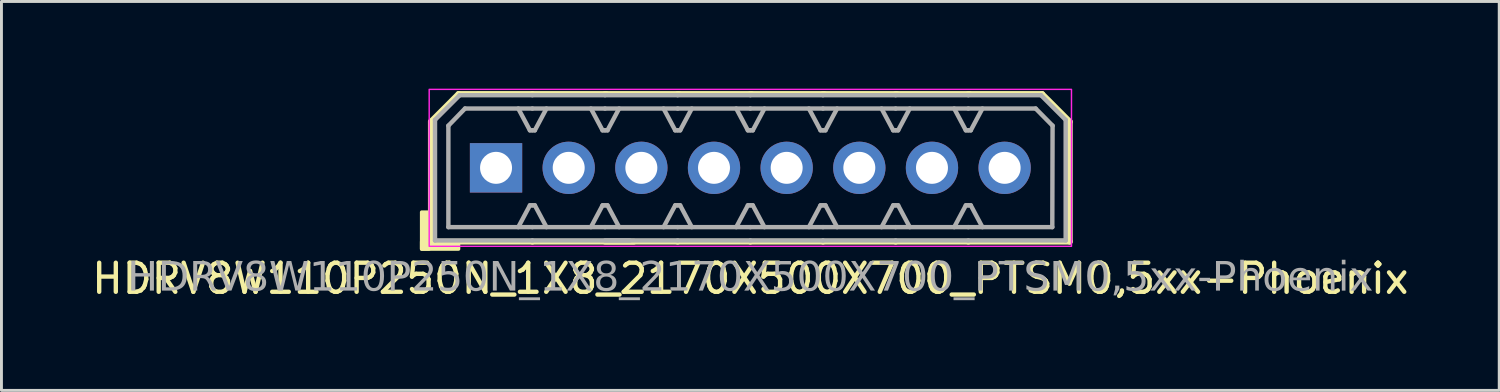
<source format=kicad_pcb>
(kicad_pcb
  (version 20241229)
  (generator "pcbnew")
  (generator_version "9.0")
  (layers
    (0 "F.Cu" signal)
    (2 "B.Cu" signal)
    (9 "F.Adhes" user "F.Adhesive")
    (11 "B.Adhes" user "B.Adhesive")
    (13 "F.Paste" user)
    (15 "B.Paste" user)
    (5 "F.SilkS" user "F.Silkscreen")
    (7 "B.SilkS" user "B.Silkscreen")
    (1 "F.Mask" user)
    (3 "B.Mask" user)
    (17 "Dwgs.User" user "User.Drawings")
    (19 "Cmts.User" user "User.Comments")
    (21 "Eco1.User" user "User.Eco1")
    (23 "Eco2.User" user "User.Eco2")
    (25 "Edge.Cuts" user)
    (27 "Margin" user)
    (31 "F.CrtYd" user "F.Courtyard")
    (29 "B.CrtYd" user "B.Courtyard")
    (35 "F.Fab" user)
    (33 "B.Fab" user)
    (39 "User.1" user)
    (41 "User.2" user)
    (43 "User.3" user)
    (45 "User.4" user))
  (footprint "HDRV8W110P250N_1X8_2170X500X700_PTSM0,5xx-Phoenix"
    (layer "F.Cu")
    (at 22.768 2.725)
    (property "Reference" "HDRV8W110P250N_1X8_2170X500X700_PTSM0,5xx-Phoenix" (at 0 3.81 0) (layer "F.SilkS") (effects (font (size 1 1) (thickness 0.15))))
    (attr through_hole)
    (fp_line (start -10.992 -1.587) (end -10.992 2.54) (stroke (width 0.203) (type solid)) (layer "F.SilkS"))
    (fp_line (start -10.992 -1.587) (end -10.04 -2.54) (stroke (width 0.203) (type solid)) (layer "F.SilkS"))
    (fp_line (start -10.992 2.54) (end -7.5 2.54) (stroke (width 0.203) (type solid)) (layer "F.SilkS"))
    (fp_line (start -7.5 -2.54) (end -10.04 -2.54) (stroke (width 0.203) (type solid)) (layer "F.SilkS"))
    (fp_line (start -7.5 -2.54) (end -4.96 -2.54) (stroke (width 0.203) (type solid)) (layer "F.SilkS"))
    (fp_line (start -5 -2.54) (end -2.46 -2.54) (stroke (width 0.203) (type solid)) (layer "F.SilkS"))
    (fp_line (start -4.008 2.54) (end -7.5 2.54) (stroke (width 0.203) (type solid)) (layer "F.SilkS"))
    (fp_line (start -2.5 -2.54) (end 0.04 -2.54) (stroke (width 0.203) (type solid)) (layer "F.SilkS"))
    (fp_line (start -2.5 2.54) (end -5 2.54) (stroke (width 0.203) (type solid)) (layer "F.SilkS"))
    (fp_line (start 0 -2.54) (end 2.54 -2.54) (stroke (width 0.203) (type solid)) (layer "F.SilkS"))
    (fp_line (start 0 2.54) (end -2.5 2.54) (stroke (width 0.203) (type solid)) (layer "F.SilkS"))
    (fp_line (start 2.5 -2.54) (end 5.04 -2.54) (stroke (width 0.203) (type solid)) (layer "F.SilkS"))
    (fp_line (start 2.5 2.54) (end 0 2.54) (stroke (width 0.203) (type solid)) (layer "F.SilkS"))
    (fp_line (start 5 -2.54) (end 7.54 -2.54) (stroke (width 0.203) (type solid)) (layer "F.SilkS"))
    (fp_line (start 5 2.54) (end 2.5 2.54) (stroke (width 0.203) (type solid)) (layer "F.SilkS"))
    (fp_line (start 7.5 -2.54) (end 10.04 -2.54) (stroke (width 0.203) (type solid)) (layer "F.SilkS"))
    (fp_line (start 7.5 2.54) (end 5 2.54) (stroke (width 0.203) (type solid)) (layer "F.SilkS"))
    (fp_line (start 10.992 -1.587) (end 10.04 -2.54) (stroke (width 0.203) (type solid)) (layer "F.SilkS"))
    (fp_line (start 10.992 -1.587) (end 10.992 2.54) (stroke (width 0.203) (type solid)) (layer "F.SilkS"))
    (fp_line (start 10.992 2.54) (end 7.5 2.54) (stroke (width 0.203) (type solid)) (layer "F.SilkS"))
    (fp_rect (start -11.056 1.524) (end -11.31 2.794) (stroke (width 0.12) (type solid)) (fill yes) (layer "F.SilkS"))
    (fp_rect (start -10.04 2.794) (end -11.31 2.54) (stroke (width 0.12) (type solid)) (fill yes) (layer "F.SilkS"))
    (fp_rect (start -11.05 -2.7) (end 11.05 2.7) (stroke (width 0.05) (type default)) (fill no) (layer "F.CrtYd"))
    (fp_line (start -10.85 -1.65) (end -10.85 2.5) (stroke (width 0.152) (type solid)) (layer "F.Fab"))
    (fp_line (start -10.85 -1.65) (end -10 -2.5) (stroke (width 0.152) (type solid)) (layer "F.Fab"))
    (fp_line (start -10.39 -1.45) (end -10.39 2.04) (stroke (width 0.152) (type solid)) (layer "F.Fab"))
    (fp_line (start -10.39 -1.45) (end -9.818 -2.04) (stroke (width 0.152) (type solid)) (layer "F.Fab"))
    (fp_line (start -7.585 -1.29) (end -7.985 -2.04) (stroke (width 0.152) (type default)) (layer "F.Fab"))
    (fp_line (start -7.585 1.29) (end -7.985 2.04) (stroke (width 0.152) (type default)) (layer "F.Fab"))
    (fp_line (start -7.5 -2.5) (end -10 -2.5) (stroke (width 0.152) (type solid)) (layer "F.Fab"))
    (fp_line (start -7.5 -2.5) (end -5 -2.5) (stroke (width 0.152) (type solid)) (layer "F.Fab"))
    (fp_line (start -7.5 -2.04) (end -9.818 -2.04) (stroke (width 0.152) (type solid)) (layer "F.Fab"))
    (fp_line (start -7.5 -2.04) (end -5 -2.04) (stroke (width 0.152) (type solid)) (layer "F.Fab"))
    (fp_line (start -7.5 -1.29) (end -7.585 -1.29) (stroke (width 0.152) (type default)) (layer "F.Fab"))
    (fp_line (start -7.5 -1.29) (end -7.415 -1.29) (stroke (width 0.152) (type default)) (layer "F.Fab"))
    (fp_line (start -7.5 1.29) (end -7.585 1.29) (stroke (width 0.152) (type default)) (layer "F.Fab"))
    (fp_line (start -7.5 1.29) (end -7.415 1.29) (stroke (width 0.152) (type default)) (layer "F.Fab"))
    (fp_line (start -7.5 2.04) (end -10.39 2.04) (stroke (width 0.152) (type solid)) (layer "F.Fab"))
    (fp_line (start -7.5 2.04) (end -5 2.04) (stroke (width 0.152) (type solid)) (layer "F.Fab"))
    (fp_line (start -7.5 2.5) (end -10.85 2.5) (stroke (width 0.152) (type solid)) (layer "F.Fab"))
    (fp_line (start -7.5 2.5) (end -4.15 2.5) (stroke (width 0.152) (type solid)) (layer "F.Fab"))
    (fp_line (start -7.415 -1.29) (end -7.015 -2.04) (stroke (width 0.152) (type default)) (layer "F.Fab"))
    (fp_line (start -7.415 1.29) (end -7.015 2.04) (stroke (width 0.152) (type default)) (layer "F.Fab"))
    (fp_line (start -5.085 -1.29) (end -5.485 -2.04) (stroke (width 0.152) (type default)) (layer "F.Fab"))
    (fp_line (start -5.085 1.29) (end -5.485 2.04) (stroke (width 0.152) (type default)) (layer "F.Fab"))
    (fp_line (start -5 -2.5) (end -2.5 -2.5) (stroke (width 0.152) (type solid)) (layer "F.Fab"))
    (fp_line (start -5 -2.04) (end -2.5 -2.04) (stroke (width 0.152) (type solid)) (layer "F.Fab"))
    (fp_line (start -5 -1.29) (end -5.085 -1.29) (stroke (width 0.152) (type default)) (layer "F.Fab"))
    (fp_line (start -5 -1.29) (end -4.915 -1.29) (stroke (width 0.152) (type default)) (layer "F.Fab"))
    (fp_line (start -5 1.29) (end -5.085 1.29) (stroke (width 0.152) (type default)) (layer "F.Fab"))
    (fp_line (start -5 1.29) (end -4.915 1.29) (stroke (width 0.152) (type default)) (layer "F.Fab"))
    (fp_line (start -5 2.04) (end -2.5 2.04) (stroke (width 0.152) (type solid)) (layer "F.Fab"))
    (fp_line (start -5 2.5) (end -2.5 2.5) (stroke (width 0.152) (type solid)) (layer "F.Fab"))
    (fp_line (start -4.915 -1.29) (end -4.515 -2.04) (stroke (width 0.152) (type default)) (layer "F.Fab"))
    (fp_line (start -4.915 1.29) (end -4.515 2.04) (stroke (width 0.152) (type default)) (layer "F.Fab"))
    (fp_line (start -2.585 -1.29) (end -2.985 -2.04) (stroke (width 0.152) (type default)) (layer "F.Fab"))
    (fp_line (start -2.585 1.29) (end -2.985 2.04) (stroke (width 0.152) (type default)) (layer "F.Fab"))
    (fp_line (start -2.5 -2.5) (end 0 -2.5) (stroke (width 0.152) (type solid)) (layer "F.Fab"))
    (fp_line (start -2.5 -2.04) (end 0 -2.04) (stroke (width 0.152) (type solid)) (layer "F.Fab"))
    (fp_line (start -2.5 -1.29) (end -2.585 -1.29) (stroke (width 0.152) (type default)) (layer "F.Fab"))
    (fp_line (start -2.5 -1.29) (end -2.415 -1.29) (stroke (width 0.152) (type default)) (layer "F.Fab"))
    (fp_line (start -2.5 1.29) (end -2.585 1.29) (stroke (width 0.152) (type default)) (layer "F.Fab"))
    (fp_line (start -2.5 1.29) (end -2.415 1.29) (stroke (width 0.152) (type default)) (layer "F.Fab"))
    (fp_line (start -2.5 2.04) (end 0 2.04) (stroke (width 0.152) (type solid)) (layer "F.Fab"))
    (fp_line (start -2.5 2.5) (end 0 2.5) (stroke (width 0.152) (type solid)) (layer "F.Fab"))
    (fp_line (start -2.415 -1.29) (end -2.015 -2.04) (stroke (width 0.152) (type default)) (layer "F.Fab"))
    (fp_line (start -2.415 1.29) (end -2.015 2.04) (stroke (width 0.152) (type default)) (layer "F.Fab"))
    (fp_line (start -0.085 -1.29) (end -0.485 -2.04) (stroke (width 0.152) (type default)) (layer "F.Fab"))
    (fp_line (start -0.085 1.29) (end -0.485 2.04) (stroke (width 0.152) (type default)) (layer "F.Fab"))
    (fp_line (start 0 -2.5) (end 2.5 -2.5) (stroke (width 0.152) (type solid)) (layer "F.Fab"))
    (fp_line (start 0 -2.04) (end 2.5 -2.04) (stroke (width 0.152) (type solid)) (layer "F.Fab"))
    (fp_line (start 0 -1.29) (end -0.085 -1.29) (stroke (width 0.152) (type default)) (layer "F.Fab"))
    (fp_line (start 0 -1.29) (end 0.085 -1.29) (stroke (width 0.152) (type default)) (layer "F.Fab"))
    (fp_line (start 0 1.29) (end -0.085 1.29) (stroke (width 0.152) (type default)) (layer "F.Fab"))
    (fp_line (start 0 1.29) (end 0.085 1.29) (stroke (width 0.152) (type default)) (layer "F.Fab"))
    (fp_line (start 0 2.04) (end 2.5 2.04) (stroke (width 0.152) (type solid)) (layer "F.Fab"))
    (fp_line (start 0 2.5) (end 2.5 2.5) (stroke (width 0.152) (type solid)) (layer "F.Fab"))
    (fp_line (start 0.085 -1.29) (end 0.485 -2.04) (stroke (width 0.152) (type default)) (layer "F.Fab"))
    (fp_line (start 0.085 1.29) (end 0.485 2.04) (stroke (width 0.152) (type default)) (layer "F.Fab"))
    (fp_line (start 2.415 -1.29) (end 2.015 -2.04) (stroke (width 0.152) (type default)) (layer "F.Fab"))
    (fp_line (start 2.415 1.29) (end 2.015 2.04) (stroke (width 0.152) (type default)) (layer "F.Fab"))
    (fp_line (start 2.5 -2.5) (end 5 -2.5) (stroke (width 0.152) (type solid)) (layer "F.Fab"))
    (fp_line (start 2.5 -2.04) (end 5 -2.04) (stroke (width 0.152) (type solid)) (layer "F.Fab"))
    (fp_line (start 2.5 -1.29) (end 2.415 -1.29) (stroke (width 0.152) (type default)) (layer "F.Fab"))
    (fp_line (start 2.5 -1.29) (end 2.585 -1.29) (stroke (width 0.152) (type default)) (layer "F.Fab"))
    (fp_line (start 2.5 1.29) (end 2.415 1.29) (stroke (width 0.152) (type default)) (layer "F.Fab"))
    (fp_line (start 2.5 1.29) (end 2.585 1.29) (stroke (width 0.152) (type default)) (layer "F.Fab"))
    (fp_line (start 2.5 2.04) (end 5 2.04) (stroke (width 0.152) (type solid)) (layer "F.Fab"))
    (fp_line (start 2.5 2.5) (end 5 2.5) (stroke (width 0.152) (type solid)) (layer "F.Fab"))
    (fp_line (start 2.585 -1.29) (end 2.985 -2.04) (stroke (width 0.152) (type default)) (layer "F.Fab"))
    (fp_line (start 2.585 1.29) (end 2.985 2.04) (stroke (width 0.152) (type default)) (layer "F.Fab"))
    (fp_line (start 4.915 -1.29) (end 4.515 -2.04) (stroke (width 0.152) (type default)) (layer "F.Fab"))
    (fp_line (start 4.915 1.29) (end 4.515 2.04) (stroke (width 0.152) (type default)) (layer "F.Fab"))
    (fp_line (start 5 -2.5) (end 7.5 -2.5) (stroke (width 0.152) (type solid)) (layer "F.Fab"))
    (fp_line (start 5 -2.04) (end 7.5 -2.04) (stroke (width 0.152) (type solid)) (layer "F.Fab"))
    (fp_line (start 5 -1.29) (end 4.915 -1.29) (stroke (width 0.152) (type default)) (layer "F.Fab"))
    (fp_line (start 5 -1.29) (end 5.085 -1.29) (stroke (width 0.152) (type default)) (layer "F.Fab"))
    (fp_line (start 5 1.29) (end 4.915 1.29) (stroke (width 0.152) (type default)) (layer "F.Fab"))
    (fp_line (start 5 1.29) (end 5.085 1.29) (stroke (width 0.152) (type default)) (layer "F.Fab"))
    (fp_line (start 5 2.04) (end 7.5 2.04) (stroke (width 0.152) (type solid)) (layer "F.Fab"))
    (fp_line (start 5 2.5) (end 7.5 2.5) (stroke (width 0.152) (type solid)) (layer "F.Fab"))
    (fp_line (start 5.085 -1.29) (end 5.485 -2.04) (stroke (width 0.152) (type default)) (layer "F.Fab"))
    (fp_line (start 5.085 1.29) (end 5.485 2.04) (stroke (width 0.152) (type default)) (layer "F.Fab"))
    (fp_line (start 7.415 -1.29) (end 7.015 -2.04) (stroke (width 0.152) (type default)) (layer "F.Fab"))
    (fp_line (start 7.415 1.29) (end 7.015 2.04) (stroke (width 0.152) (type default)) (layer "F.Fab"))
    (fp_line (start 7.5 -2.5) (end 10 -2.5) (stroke (width 0.152) (type solid)) (layer "F.Fab"))
    (fp_line (start 7.5 -2.04) (end 9.818 -2.04) (stroke (width 0.152) (type solid)) (layer "F.Fab"))
    (fp_line (start 7.5 -1.29) (end 7.415 -1.29) (stroke (width 0.152) (type default)) (layer "F.Fab"))
    (fp_line (start 7.5 -1.29) (end 7.585 -1.29) (stroke (width 0.152) (type default)) (layer "F.Fab"))
    (fp_line (start 7.5 1.29) (end 7.415 1.29) (stroke (width 0.152) (type default)) (layer "F.Fab"))
    (fp_line (start 7.5 1.29) (end 7.585 1.29) (stroke (width 0.152) (type default)) (layer "F.Fab"))
    (fp_line (start 7.5 2.04) (end 10.39 2.04) (stroke (width 0.152) (type solid)) (layer "F.Fab"))
    (fp_line (start 7.5 2.5) (end 10.85 2.5) (stroke (width 0.152) (type solid)) (layer "F.Fab"))
    (fp_line (start 7.585 -1.29) (end 7.985 -2.04) (stroke (width 0.152) (type default)) (layer "F.Fab"))
    (fp_line (start 7.585 1.29) (end 7.985 2.04) (stroke (width 0.152) (type default)) (layer "F.Fab"))
    (fp_line (start 10.4 -1.45) (end 9.818 -2.04) (stroke (width 0.152) (type solid)) (layer "F.Fab"))
    (fp_line (start 10.4 -1.45) (end 10.39 2.04) (stroke (width 0.152) (type solid)) (layer "F.Fab"))
    (fp_line (start 10.85 -1.65) (end 10 -2.5) (stroke (width 0.152) (type solid)) (layer "F.Fab"))
    (fp_line (start 10.85 -1.65) (end 10.85 2.5) (stroke (width 0.152) (type solid)) (layer "F.Fab"))
    (fp_rect (start -9.004 -0.254) (end -8.496 0.254) (stroke (width 0.152) (type solid)) (fill no) (layer "F.Fab"))
    (fp_rect (start -5.996 -0.254) (end -6.504 0.254) (stroke (width 0.152) (type solid)) (fill no) (layer "F.Fab"))
    (fp_rect (start -3.496 -0.254) (end -4.004 0.254) (stroke (width 0.152) (type solid)) (fill no) (layer "F.Fab"))
    (fp_rect (start -0.996 -0.254) (end -1.504 0.254) (stroke (width 0.152) (type solid)) (fill no) (layer "F.Fab"))
    (fp_rect (start 1.504 -0.254) (end 0.996 0.254) (stroke (width 0.152) (type solid)) (fill no) (layer "F.Fab"))
    (fp_rect (start 4.004 -0.254) (end 3.496 0.254) (stroke (width 0.152) (type solid)) (fill no) (layer "F.Fab"))
    (fp_rect (start 6.504 -0.254) (end 5.996 0.254) (stroke (width 0.152) (type solid)) (fill no) (layer "F.Fab"))
    (fp_rect (start 9.004 -0.254) (end 8.496 0.254) (stroke (width 0.152) (type solid)) (fill no) (layer "F.Fab"))
    (fp_text user "${REFERENCE}" (at 0 3.81 0) (layer "F.Fab") (effects (font (face "Tahoma") (size 1 1) (thickness 0.15))))
    (pad "1" thru_hole rect (at -8.75 0) (size 1.8 1.7) (drill 1.1) (layers "*.Cu" "*.Mask"))
    (pad "2" thru_hole circle (at -6.25 0) (size 1.8 1.8) (drill 1.1) (layers "*.Cu" "*.Mask"))
    (pad "3" thru_hole circle (at -3.75 0) (size 1.8 1.8) (drill 1.1) (layers "*.Cu" "*.Mask"))
    (pad "4" thru_hole circle (at -1.25 0) (size 1.8 1.8) (drill 1.1) (layers "*.Cu" "*.Mask"))
    (pad "5" thru_hole circle (at 1.25 0) (size 1.8 1.8) (drill 1.1) (layers "*.Cu" "*.Mask"))
    (pad "6" thru_hole circle (at 3.75 0) (size 1.8 1.8) (drill 1.1) (layers "*.Cu" "*.Mask"))
    (pad "7" thru_hole circle (at 6.25 0) (size 1.8 1.8) (drill 1.1) (layers "*.Cu" "*.Mask"))
    (pad "8" thru_hole circle (at 8.75 0) (size 1.8 1.8) (drill 1.1) (layers "*.Cu" "*.Mask")))
  (gr_rect
    (start -3 -3)
    (end 48.536 10.383)
    (stroke (width 0.1) (type default))
    (fill no)
    (layer "Edge.Cuts")))
</source>
